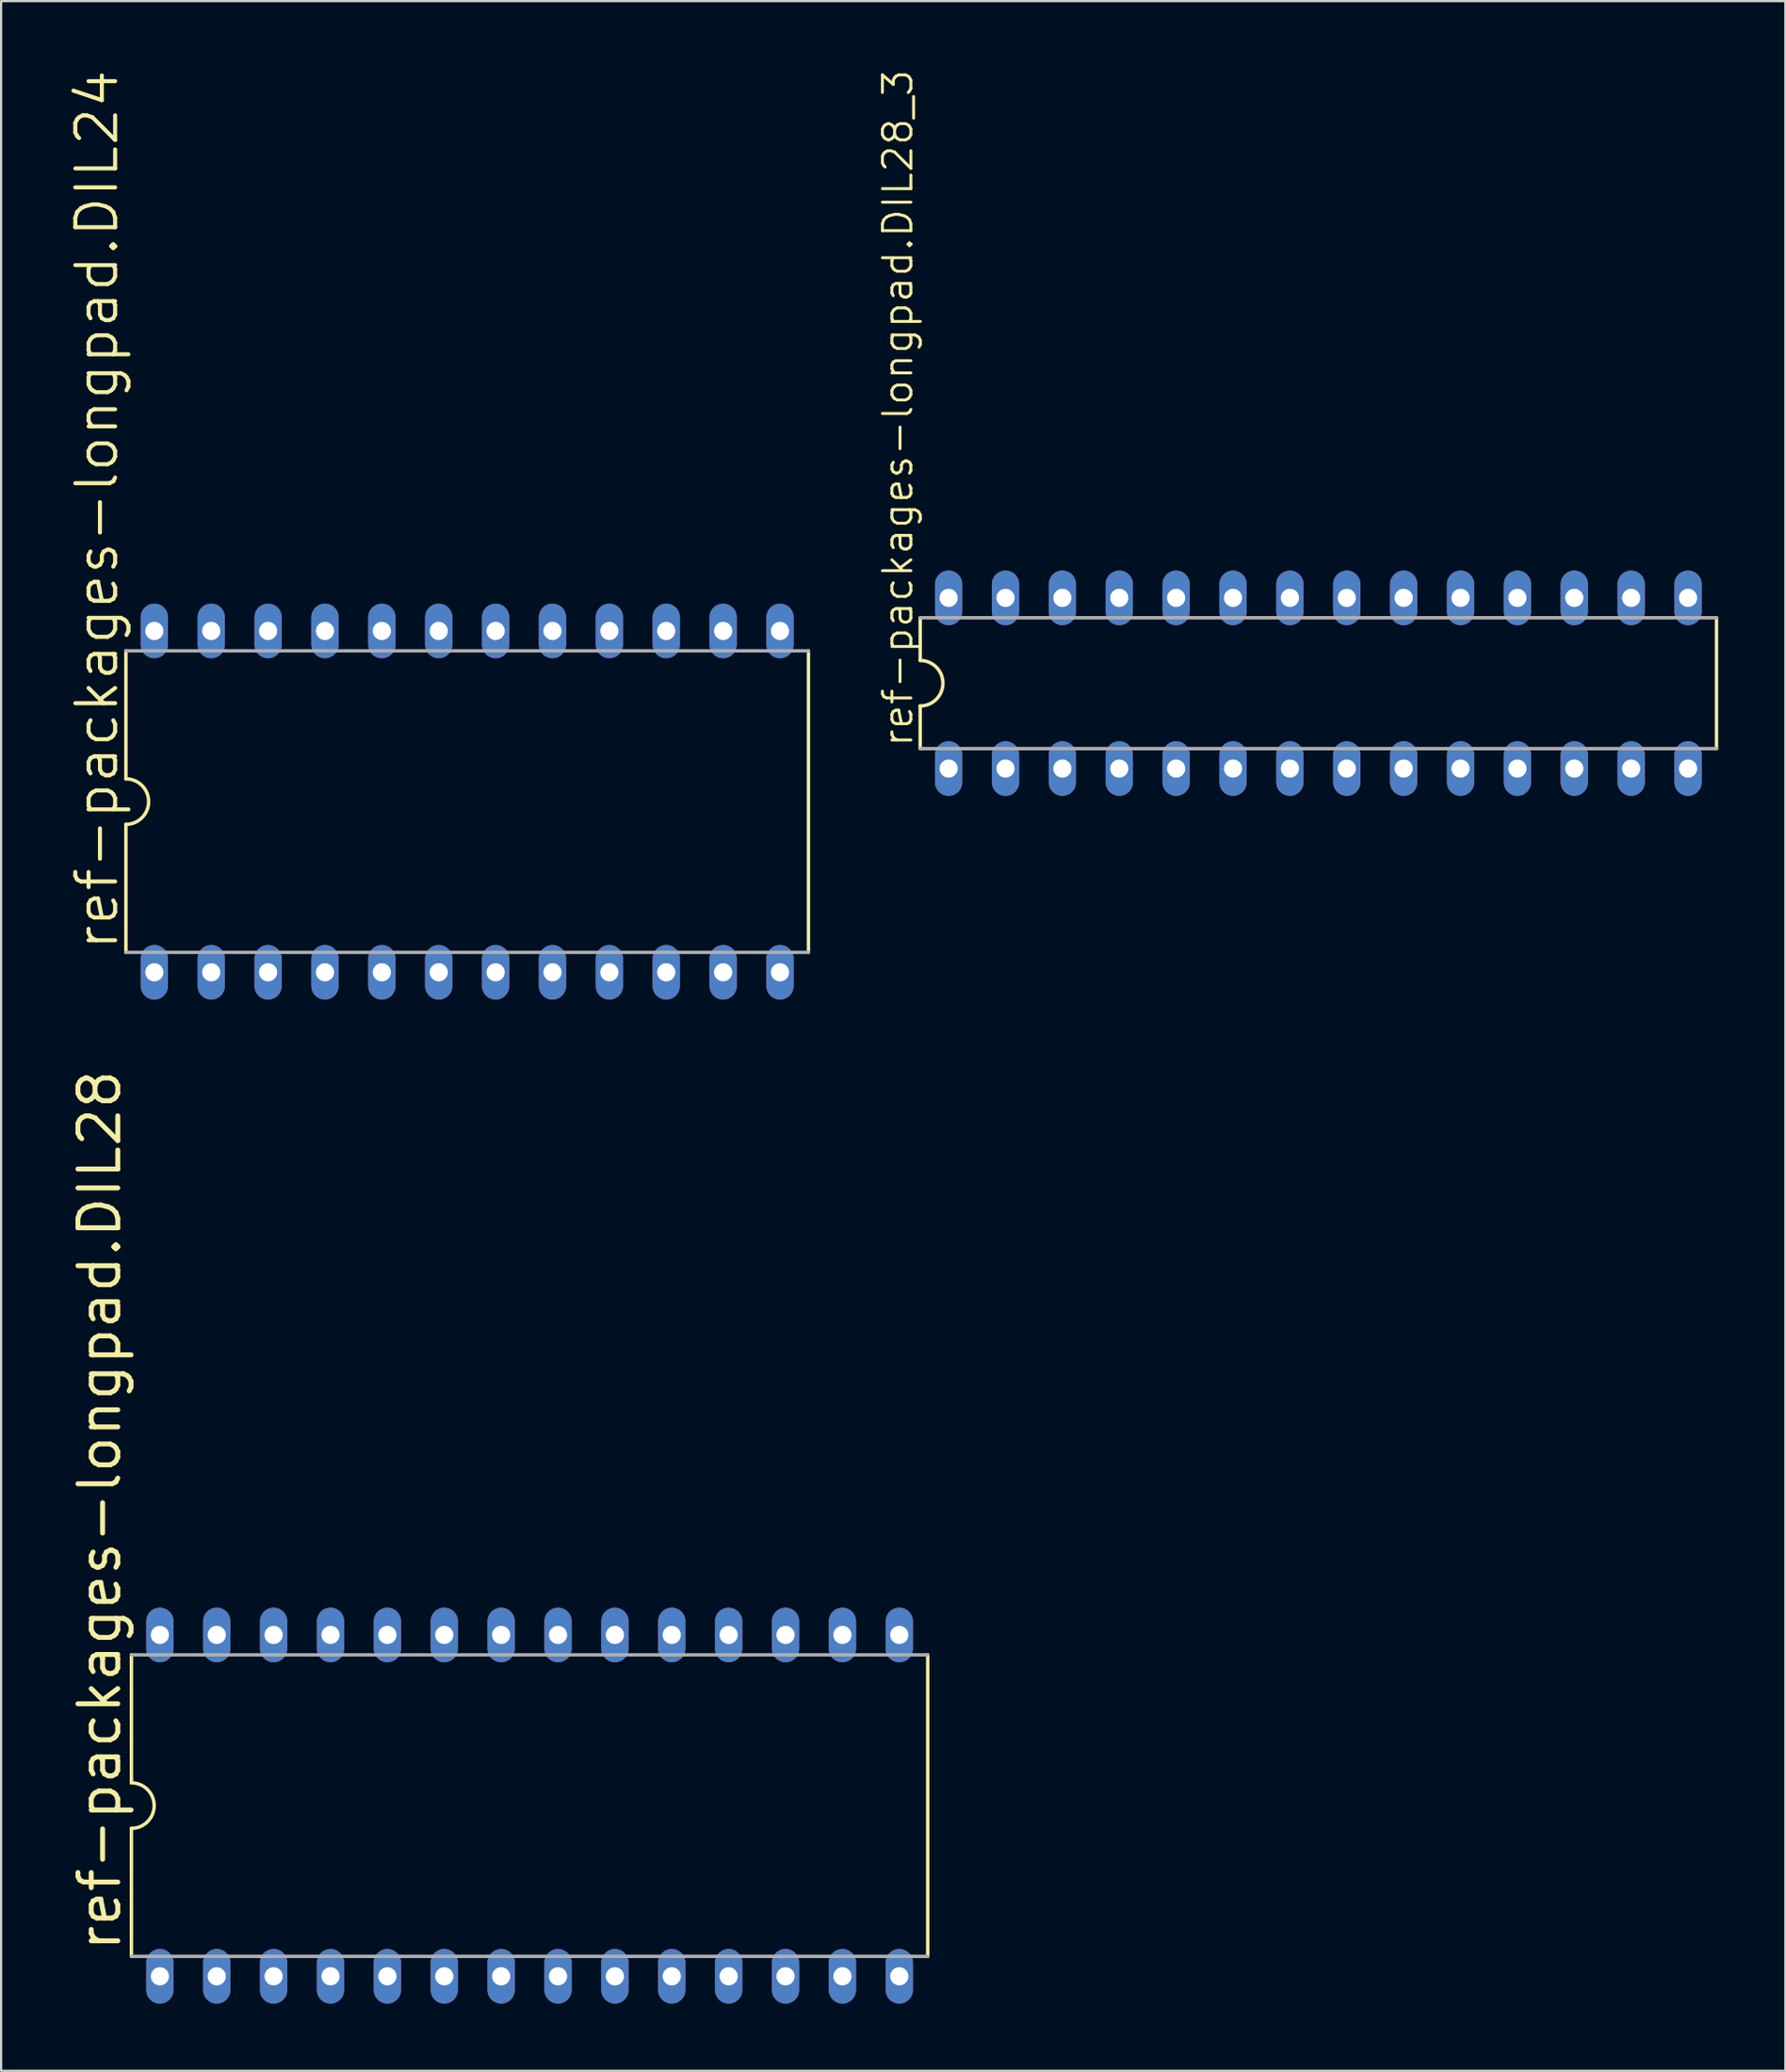
<source format=kicad_pcb>
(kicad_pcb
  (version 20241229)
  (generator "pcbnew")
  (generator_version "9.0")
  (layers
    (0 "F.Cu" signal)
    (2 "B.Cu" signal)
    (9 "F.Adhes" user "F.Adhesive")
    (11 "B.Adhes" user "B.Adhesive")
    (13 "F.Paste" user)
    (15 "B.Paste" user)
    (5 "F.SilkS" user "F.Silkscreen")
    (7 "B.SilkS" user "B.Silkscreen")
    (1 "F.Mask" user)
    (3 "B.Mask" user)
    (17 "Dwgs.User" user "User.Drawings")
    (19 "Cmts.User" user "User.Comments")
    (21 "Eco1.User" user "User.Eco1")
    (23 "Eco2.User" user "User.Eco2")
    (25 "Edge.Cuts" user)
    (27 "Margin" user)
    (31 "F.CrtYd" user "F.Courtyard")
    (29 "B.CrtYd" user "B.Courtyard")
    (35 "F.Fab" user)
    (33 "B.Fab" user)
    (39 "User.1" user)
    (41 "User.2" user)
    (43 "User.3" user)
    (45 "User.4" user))
  (footprint "ref-packages-longpad.DIL28"
    (layer "F.Cu")
    (at 20.599 77.564)
    (property "Reference" "ref-packages-longpad.DIL28" (at -18.161 6.604 90) (layer "F.SilkS") (effects (font (size 1.778 1.778) (thickness 0.22)) (justify left bottom)))
    (attr through_hole)
    (fp_line (start -17.78 -6.731) (end -17.78 -1.016) (stroke (width 0.152) (type default)) (layer "F.SilkS"))
    (fp_line (start -17.78 6.731) (end -17.78 1.016) (stroke (width 0.152) (type default)) (layer "F.SilkS"))
    (fp_line (start 17.78 -6.731) (end 17.78 6.731) (stroke (width 0.152) (type default)) (layer "F.SilkS"))
    (fp_arc (start -17.78 -1.016) (mid -16.764 0) (end -17.78 1.016) (stroke (width 0.1524) (type default)) (layer "F.SilkS"))
    (fp_line (start -17.78 6.731) (end 17.78 6.731) (stroke (width 0.152) (type default)) (layer "F.Fab"))
    (fp_line (start 17.78 -6.731) (end -17.78 -6.731) (stroke (width 0.152) (type default)) (layer "F.Fab"))
    (pad "1" thru_hole oval (at -16.51 7.62 90) (size 2.438 1.219) (drill 0.813) (layers "*.Cu" "*.Mask"))
    (pad "2" thru_hole oval (at -13.97 7.62 90) (size 2.438 1.219) (drill 0.813) (layers "*.Cu" "*.Mask"))
    (pad "3" thru_hole oval (at -11.43 7.62 90) (size 2.438 1.219) (drill 0.813) (layers "*.Cu" "*.Mask"))
    (pad "4" thru_hole oval (at -8.89 7.62 90) (size 2.438 1.219) (drill 0.813) (layers "*.Cu" "*.Mask"))
    (pad "5" thru_hole oval (at -6.35 7.62 90) (size 2.438 1.219) (drill 0.813) (layers "*.Cu" "*.Mask"))
    (pad "6" thru_hole oval (at -3.81 7.62 90) (size 2.438 1.219) (drill 0.813) (layers "*.Cu" "*.Mask"))
    (pad "7" thru_hole oval (at -1.27 7.62 90) (size 2.438 1.219) (drill 0.813) (layers "*.Cu" "*.Mask"))
    (pad "8" thru_hole oval (at 1.27 7.62 90) (size 2.438 1.219) (drill 0.813) (layers "*.Cu" "*.Mask"))
    (pad "9" thru_hole oval (at 3.81 7.62 90) (size 2.438 1.219) (drill 0.813) (layers "*.Cu" "*.Mask"))
    (pad "10" thru_hole oval (at 6.35 7.62 90) (size 2.438 1.219) (drill 0.813) (layers "*.Cu" "*.Mask"))
    (pad "11" thru_hole oval (at 8.89 7.62 90) (size 2.438 1.219) (drill 0.813) (layers "*.Cu" "*.Mask"))
    (pad "12" thru_hole oval (at 11.43 7.62 90) (size 2.438 1.219) (drill 0.813) (layers "*.Cu" "*.Mask"))
    (pad "13" thru_hole oval (at 13.97 7.62 90) (size 2.438 1.219) (drill 0.813) (layers "*.Cu" "*.Mask"))
    (pad "14" thru_hole oval (at 16.51 7.62 90) (size 2.438 1.219) (drill 0.813) (layers "*.Cu" "*.Mask"))
    (pad "15" thru_hole oval (at 16.51 -7.62 90) (size 2.438 1.219) (drill 0.813) (layers "*.Cu" "*.Mask"))
    (pad "16" thru_hole oval (at 13.97 -7.62 90) (size 2.438 1.219) (drill 0.813) (layers "*.Cu" "*.Mask"))
    (pad "17" thru_hole oval (at 11.43 -7.62 90) (size 2.438 1.219) (drill 0.813) (layers "*.Cu" "*.Mask"))
    (pad "18" thru_hole oval (at 8.89 -7.62 90) (size 2.438 1.219) (drill 0.813) (layers "*.Cu" "*.Mask"))
    (pad "19" thru_hole oval (at 6.35 -7.62 90) (size 2.438 1.219) (drill 0.813) (layers "*.Cu" "*.Mask"))
    (pad "20" thru_hole oval (at 3.81 -7.62 90) (size 2.438 1.219) (drill 0.813) (layers "*.Cu" "*.Mask"))
    (pad "21" thru_hole oval (at 1.27 -7.62 90) (size 2.438 1.219) (drill 0.813) (layers "*.Cu" "*.Mask"))
    (pad "22" thru_hole oval (at -1.27 -7.62 90) (size 2.438 1.219) (drill 0.813) (layers "*.Cu" "*.Mask"))
    (pad "23" thru_hole oval (at -3.81 -7.62 90) (size 2.438 1.219) (drill 0.813) (layers "*.Cu" "*.Mask"))
    (pad "24" thru_hole oval (at -6.35 -7.62 90) (size 2.438 1.219) (drill 0.813) (layers "*.Cu" "*.Mask"))
    (pad "25" thru_hole oval (at -8.89 -7.62 90) (size 2.438 1.219) (drill 0.813) (layers "*.Cu" "*.Mask"))
    (pad "26" thru_hole oval (at -11.43 -7.62 90) (size 2.438 1.219) (drill 0.813) (layers "*.Cu" "*.Mask"))
    (pad "27" thru_hole oval (at -13.97 -7.62 90) (size 2.438 1.219) (drill 0.813) (layers "*.Cu" "*.Mask"))
    (pad "28" thru_hole oval (at -16.51 -7.62 90) (size 2.438 1.219) (drill 0.813) (layers "*.Cu" "*.Mask")))
  (footprint "ref-packages-longpad.DIL28_3"
    (layer "F.Cu")
    (at 55.822 27.453)
    (property "Reference" "ref-packages-longpad.DIL28_3" (at -18.034 2.921 90) (layer "F.SilkS") (effects (font (size 1.27 1.27) (thickness 0.13)) (justify left bottom)))
    (attr through_hole)
    (fp_line (start -17.78 -2.921) (end -17.78 -1.016) (stroke (width 0.152) (type default)) (layer "F.SilkS"))
    (fp_line (start -17.78 2.921) (end -17.78 1.016) (stroke (width 0.152) (type default)) (layer "F.SilkS"))
    (fp_line (start 17.78 -2.921) (end 17.78 2.921) (stroke (width 0.152) (type default)) (layer "F.SilkS"))
    (fp_arc (start -17.78 -1.016) (mid -16.764 0) (end -17.78 1.016) (stroke (width 0.1524) (type default)) (layer "F.SilkS"))
    (fp_line (start -17.78 2.921) (end 17.78 2.921) (stroke (width 0.152) (type default)) (layer "F.Fab"))
    (fp_line (start 17.78 -2.921) (end -17.78 -2.921) (stroke (width 0.152) (type default)) (layer "F.Fab"))
    (pad "1" thru_hole oval (at -16.51 3.81 90) (size 2.438 1.219) (drill 0.813) (layers "*.Cu" "*.Mask"))
    (pad "2" thru_hole oval (at -13.97 3.81 90) (size 2.438 1.219) (drill 0.813) (layers "*.Cu" "*.Mask"))
    (pad "3" thru_hole oval (at -11.43 3.81 90) (size 2.438 1.219) (drill 0.813) (layers "*.Cu" "*.Mask"))
    (pad "4" thru_hole oval (at -8.89 3.81 90) (size 2.438 1.219) (drill 0.813) (layers "*.Cu" "*.Mask"))
    (pad "5" thru_hole oval (at -6.35 3.81 90) (size 2.438 1.219) (drill 0.813) (layers "*.Cu" "*.Mask"))
    (pad "6" thru_hole oval (at -3.81 3.81 90) (size 2.438 1.219) (drill 0.813) (layers "*.Cu" "*.Mask"))
    (pad "7" thru_hole oval (at -1.27 3.81 90) (size 2.438 1.219) (drill 0.813) (layers "*.Cu" "*.Mask"))
    (pad "8" thru_hole oval (at 1.27 3.81 90) (size 2.438 1.219) (drill 0.813) (layers "*.Cu" "*.Mask"))
    (pad "9" thru_hole oval (at 3.81 3.81 90) (size 2.438 1.219) (drill 0.813) (layers "*.Cu" "*.Mask"))
    (pad "10" thru_hole oval (at 6.35 3.81 90) (size 2.438 1.219) (drill 0.813) (layers "*.Cu" "*.Mask"))
    (pad "11" thru_hole oval (at 8.89 3.81 90) (size 2.438 1.219) (drill 0.813) (layers "*.Cu" "*.Mask"))
    (pad "12" thru_hole oval (at 11.43 3.81 90) (size 2.438 1.219) (drill 0.813) (layers "*.Cu" "*.Mask"))
    (pad "13" thru_hole oval (at 13.97 3.81 90) (size 2.438 1.219) (drill 0.813) (layers "*.Cu" "*.Mask"))
    (pad "14" thru_hole oval (at 16.51 3.81 90) (size 2.438 1.219) (drill 0.813) (layers "*.Cu" "*.Mask"))
    (pad "15" thru_hole oval (at 16.51 -3.81 90) (size 2.438 1.219) (drill 0.813) (layers "*.Cu" "*.Mask"))
    (pad "16" thru_hole oval (at 13.97 -3.81 90) (size 2.438 1.219) (drill 0.813) (layers "*.Cu" "*.Mask"))
    (pad "17" thru_hole oval (at 11.43 -3.81 90) (size 2.438 1.219) (drill 0.813) (layers "*.Cu" "*.Mask"))
    (pad "18" thru_hole oval (at 8.89 -3.81 90) (size 2.438 1.219) (drill 0.813) (layers "*.Cu" "*.Mask"))
    (pad "19" thru_hole oval (at 6.35 -3.81 90) (size 2.438 1.219) (drill 0.813) (layers "*.Cu" "*.Mask"))
    (pad "20" thru_hole oval (at 3.81 -3.81 90) (size 2.438 1.219) (drill 0.813) (layers "*.Cu" "*.Mask"))
    (pad "21" thru_hole oval (at 1.27 -3.81 90) (size 2.438 1.219) (drill 0.813) (layers "*.Cu" "*.Mask"))
    (pad "22" thru_hole oval (at -1.27 -3.81 90) (size 2.438 1.219) (drill 0.813) (layers "*.Cu" "*.Mask"))
    (pad "23" thru_hole oval (at -3.81 -3.81 90) (size 2.438 1.219) (drill 0.813) (layers "*.Cu" "*.Mask"))
    (pad "24" thru_hole oval (at -6.35 -3.81 90) (size 2.438 1.219) (drill 0.813) (layers "*.Cu" "*.Mask"))
    (pad "25" thru_hole oval (at -8.89 -3.81 90) (size 2.438 1.219) (drill 0.813) (layers "*.Cu" "*.Mask"))
    (pad "26" thru_hole oval (at -11.43 -3.81 90) (size 2.438 1.219) (drill 0.813) (layers "*.Cu" "*.Mask"))
    (pad "27" thru_hole oval (at -13.97 -3.81 90) (size 2.438 1.219) (drill 0.813) (layers "*.Cu" "*.Mask"))
    (pad "28" thru_hole oval (at -16.51 -3.81 90) (size 2.438 1.219) (drill 0.813) (layers "*.Cu" "*.Mask")))
  (footprint "ref-packages-longpad.DIL24"
    (layer "F.Cu")
    (at 17.812 32.739)
    (property "Reference" "ref-packages-longpad.DIL24" (at -15.494 6.731 90) (layer "F.SilkS") (effects (font (size 1.778 1.778) (thickness 0.18)) (justify left bottom)))
    (attr through_hole)
    (fp_line (start -15.24 -6.731) (end -15.24 -1.016) (stroke (width 0.152) (type default)) (layer "F.SilkS"))
    (fp_line (start -15.24 6.731) (end -15.24 1.016) (stroke (width 0.152) (type default)) (layer "F.SilkS"))
    (fp_line (start 15.24 -6.731) (end 15.24 6.731) (stroke (width 0.152) (type default)) (layer "F.SilkS"))
    (fp_arc (start -15.24 -1.016) (mid -14.224 0) (end -15.24 1.016) (stroke (width 0.1524) (type default)) (layer "F.SilkS"))
    (fp_line (start -15.24 6.731) (end 15.24 6.731) (stroke (width 0.152) (type default)) (layer "F.Fab"))
    (fp_line (start 15.24 -6.731) (end -15.24 -6.731) (stroke (width 0.152) (type default)) (layer "F.Fab"))
    (pad "1" thru_hole oval (at -13.97 7.62 90) (size 2.438 1.219) (drill 0.813) (layers "*.Cu" "*.Mask"))
    (pad "2" thru_hole oval (at -11.43 7.62 90) (size 2.438 1.219) (drill 0.813) (layers "*.Cu" "*.Mask"))
    (pad "3" thru_hole oval (at -8.89 7.62 90) (size 2.438 1.219) (drill 0.813) (layers "*.Cu" "*.Mask"))
    (pad "4" thru_hole oval (at -6.35 7.62 90) (size 2.438 1.219) (drill 0.813) (layers "*.Cu" "*.Mask"))
    (pad "5" thru_hole oval (at -3.81 7.62 90) (size 2.438 1.219) (drill 0.813) (layers "*.Cu" "*.Mask"))
    (pad "6" thru_hole oval (at -1.27 7.62 90) (size 2.438 1.219) (drill 0.813) (layers "*.Cu" "*.Mask"))
    (pad "7" thru_hole oval (at 1.27 7.62 90) (size 2.438 1.219) (drill 0.813) (layers "*.Cu" "*.Mask"))
    (pad "8" thru_hole oval (at 3.81 7.62 90) (size 2.438 1.219) (drill 0.813) (layers "*.Cu" "*.Mask"))
    (pad "9" thru_hole oval (at 6.35 7.62 90) (size 2.438 1.219) (drill 0.813) (layers "*.Cu" "*.Mask"))
    (pad "10" thru_hole oval (at 8.89 7.62 90) (size 2.438 1.219) (drill 0.813) (layers "*.Cu" "*.Mask"))
    (pad "11" thru_hole oval (at 11.43 7.62 90) (size 2.438 1.219) (drill 0.813) (layers "*.Cu" "*.Mask"))
    (pad "12" thru_hole oval (at 13.97 7.62 90) (size 2.438 1.219) (drill 0.813) (layers "*.Cu" "*.Mask"))
    (pad "13" thru_hole oval (at 13.97 -7.62 90) (size 2.438 1.219) (drill 0.813) (layers "*.Cu" "*.Mask"))
    (pad "14" thru_hole oval (at 11.43 -7.62 90) (size 2.438 1.219) (drill 0.813) (layers "*.Cu" "*.Mask"))
    (pad "15" thru_hole oval (at 8.89 -7.62 90) (size 2.438 1.219) (drill 0.813) (layers "*.Cu" "*.Mask"))
    (pad "16" thru_hole oval (at 6.35 -7.62 90) (size 2.438 1.219) (drill 0.813) (layers "*.Cu" "*.Mask"))
    (pad "17" thru_hole oval (at 3.81 -7.62 90) (size 2.438 1.219) (drill 0.813) (layers "*.Cu" "*.Mask"))
    (pad "18" thru_hole oval (at 1.27 -7.62 90) (size 2.438 1.219) (drill 0.813) (layers "*.Cu" "*.Mask"))
    (pad "19" thru_hole oval (at -1.27 -7.62 90) (size 2.438 1.219) (drill 0.813) (layers "*.Cu" "*.Mask"))
    (pad "20" thru_hole oval (at -3.81 -7.62 90) (size 2.438 1.219) (drill 0.813) (layers "*.Cu" "*.Mask"))
    (pad "21" thru_hole oval (at -6.35 -7.62 90) (size 2.438 1.219) (drill 0.813) (layers "*.Cu" "*.Mask"))
    (pad "22" thru_hole oval (at -8.89 -7.62 90) (size 2.438 1.219) (drill 0.813) (layers "*.Cu" "*.Mask"))
    (pad "23" thru_hole oval (at -11.43 -7.62 90) (size 2.438 1.219) (drill 0.813) (layers "*.Cu" "*.Mask"))
    (pad "24" thru_hole oval (at -13.97 -7.62 90) (size 2.438 1.219) (drill 0.813) (layers "*.Cu" "*.Mask")))
  (gr_rect
    (start -3 -3)
    (end 76.678 89.403)
    (stroke (width 0.1) (type default))
    (fill no)
    (layer "Edge.Cuts")))
</source>
